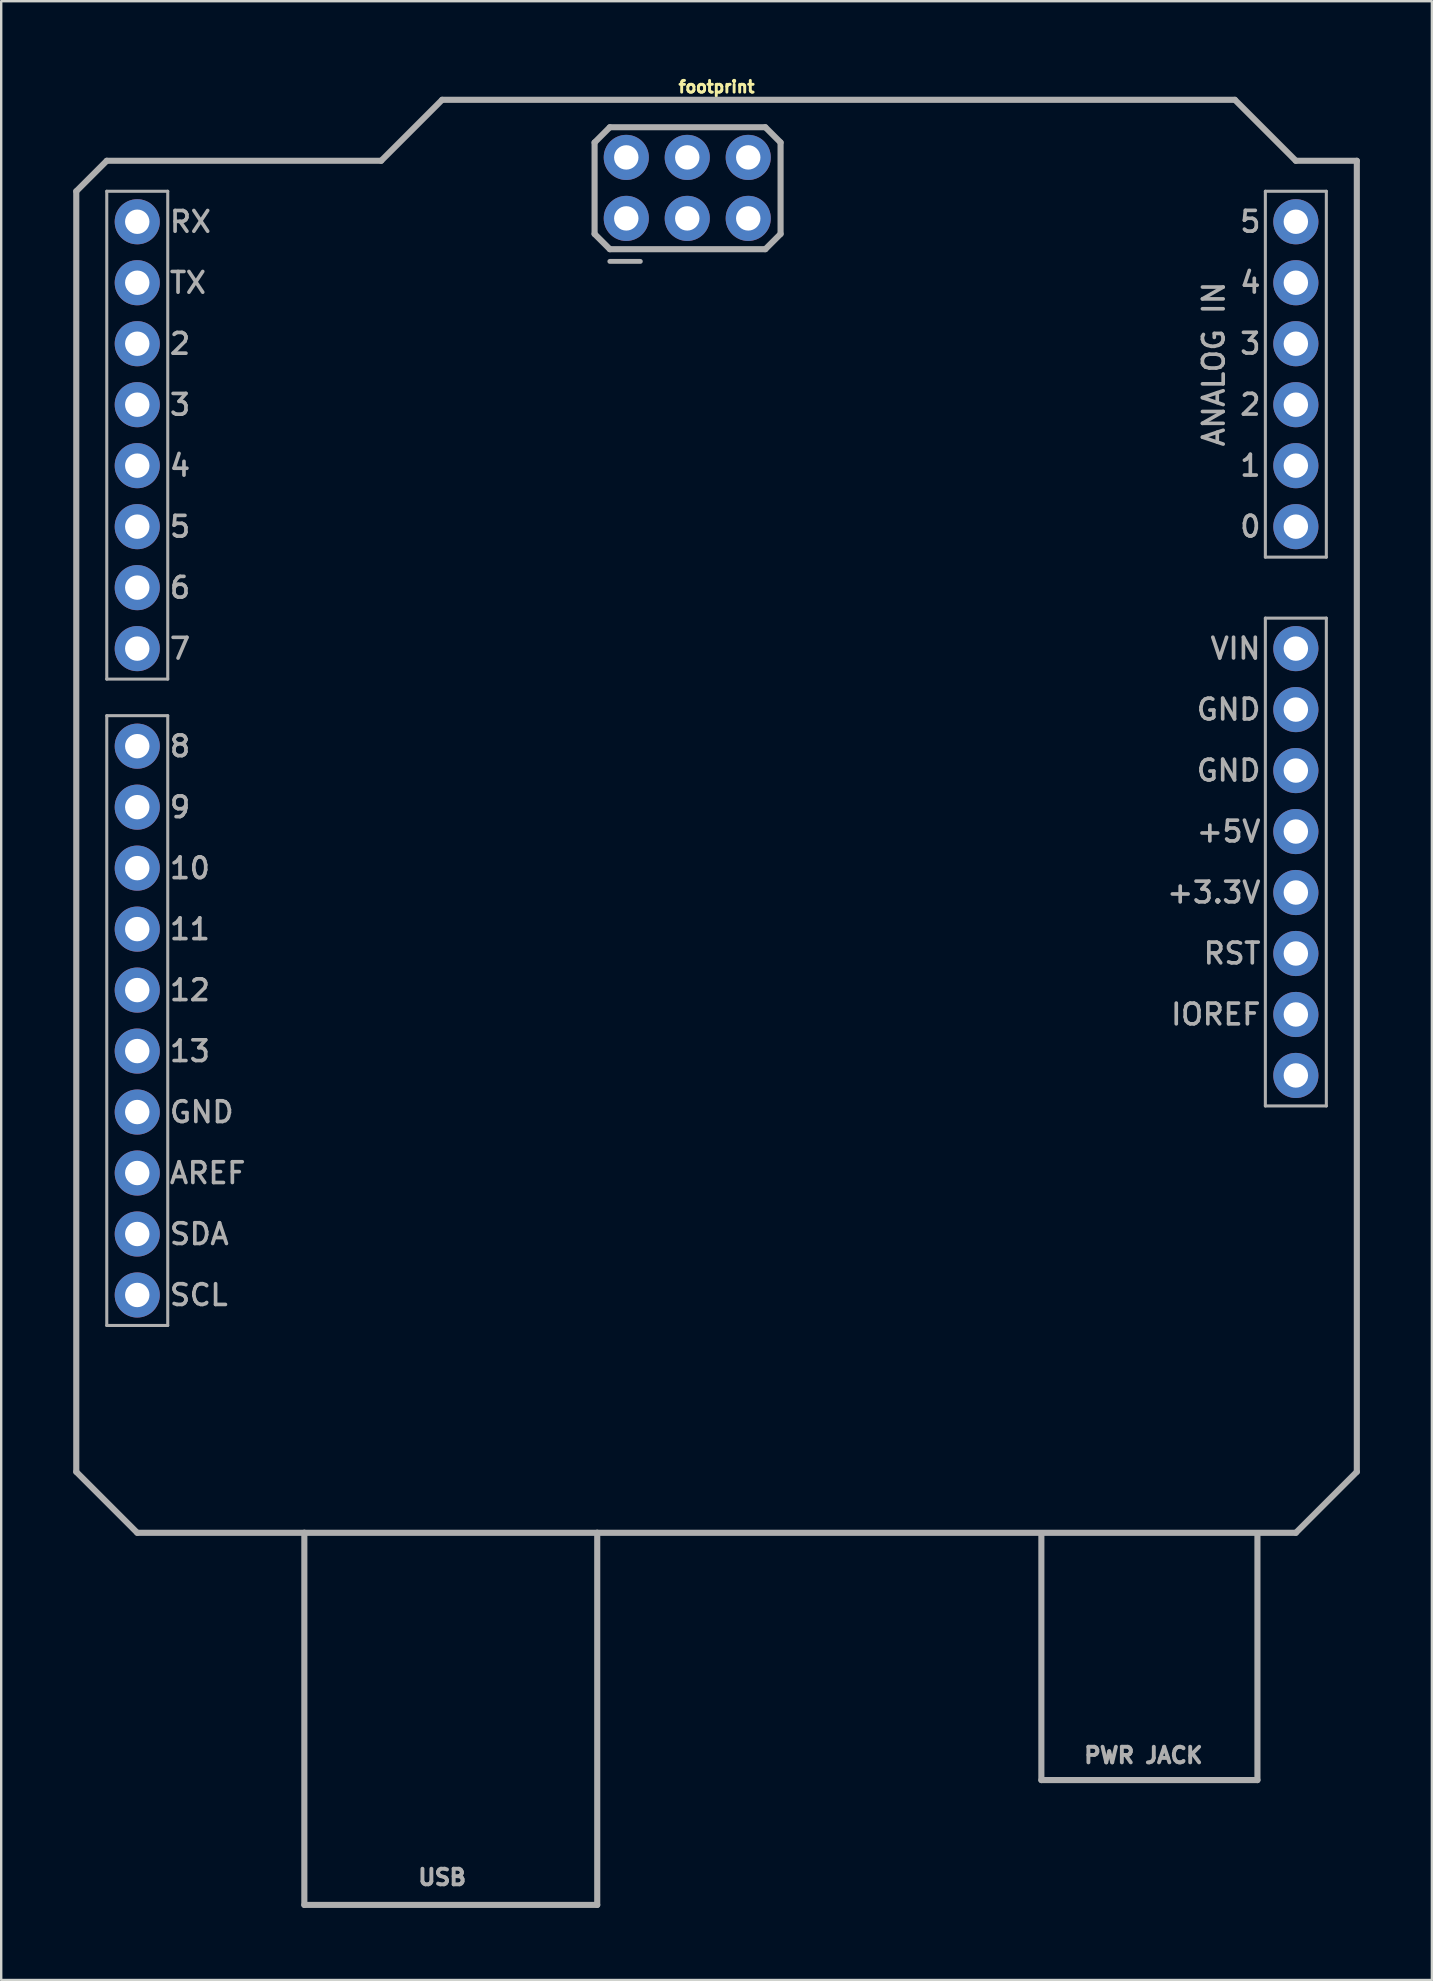
<source format=kicad_pcb>
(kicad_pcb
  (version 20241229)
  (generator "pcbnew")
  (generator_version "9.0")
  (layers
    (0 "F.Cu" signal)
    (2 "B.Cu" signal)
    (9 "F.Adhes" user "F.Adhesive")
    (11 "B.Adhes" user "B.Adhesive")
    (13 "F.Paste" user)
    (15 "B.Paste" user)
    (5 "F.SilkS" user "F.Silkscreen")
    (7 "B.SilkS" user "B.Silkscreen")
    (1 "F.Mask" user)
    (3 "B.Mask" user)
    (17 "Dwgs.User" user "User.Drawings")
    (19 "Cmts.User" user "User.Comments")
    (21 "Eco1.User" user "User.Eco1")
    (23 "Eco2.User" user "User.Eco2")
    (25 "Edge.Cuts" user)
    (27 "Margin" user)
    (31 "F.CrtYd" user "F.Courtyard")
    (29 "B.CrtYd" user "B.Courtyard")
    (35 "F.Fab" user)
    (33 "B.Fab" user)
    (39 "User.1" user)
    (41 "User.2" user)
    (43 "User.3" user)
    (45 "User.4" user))
  (footprint "footprint"
    (layer "F.Cu")
    (at 26.797 30.317)
    (property "Reference" "footprint" (at 0 -29.464 0) (layer "F.SilkS") (effects (font (size 0.488 0.488) (thickness 0.122)) (justify bottom)))
    (fp_line (start -26.67 -25.4) (end -26.67 27.94) (stroke (width 0.254) (type solid)) (layer "F.Fab"))
    (fp_line (start -26.67 27.94) (end -24.13 30.48) (stroke (width 0.254) (type solid)) (layer "F.Fab"))
    (fp_line (start -25.4 -26.67) (end -26.67 -25.4) (stroke (width 0.254) (type solid)) (layer "F.Fab"))
    (fp_line (start -25.4 -25.4) (end -22.86 -25.4) (stroke (width 0.127) (type solid)) (layer "F.Fab"))
    (fp_line (start -25.4 -5.08) (end -25.4 -25.4) (stroke (width 0.127) (type solid)) (layer "F.Fab"))
    (fp_line (start -25.4 -3.556) (end -22.86 -3.556) (stroke (width 0.127) (type solid)) (layer "F.Fab"))
    (fp_line (start -25.4 21.844) (end -25.4 -3.556) (stroke (width 0.127) (type solid)) (layer "F.Fab"))
    (fp_line (start -24.13 30.48) (end -17.17 30.48) (stroke (width 0.254) (type solid)) (layer "F.Fab"))
    (fp_line (start -22.86 -25.4) (end -22.86 -5.08) (stroke (width 0.127) (type solid)) (layer "F.Fab"))
    (fp_line (start -22.86 -5.08) (end -25.4 -5.08) (stroke (width 0.127) (type solid)) (layer "F.Fab"))
    (fp_line (start -22.86 -3.556) (end -22.86 21.844) (stroke (width 0.127) (type solid)) (layer "F.Fab"))
    (fp_line (start -22.86 21.844) (end -25.4 21.844) (stroke (width 0.127) (type solid)) (layer "F.Fab"))
    (fp_line (start -17.17 30.48) (end -4.97 30.48) (stroke (width 0.254) (type solid)) (layer "F.Fab"))
    (fp_line (start -17.17 45.98) (end -17.17 30.48) (stroke (width 0.254) (type solid)) (layer "F.Fab"))
    (fp_line (start -17.17 45.98) (end -4.97 45.98) (stroke (width 0.254) (type solid)) (layer "F.Fab"))
    (fp_line (start -13.97 -26.67) (end -25.4 -26.67) (stroke (width 0.254) (type solid)) (layer "F.Fab"))
    (fp_line (start -11.43 -29.21) (end -13.97 -26.67) (stroke (width 0.254) (type solid)) (layer "F.Fab"))
    (fp_line (start -5.08 -27.432) (end -4.445 -28.067) (stroke (width 0.254) (type solid)) (layer "F.Fab"))
    (fp_line (start -5.08 -23.622) (end -5.08 -27.432) (stroke (width 0.254) (type solid)) (layer "F.Fab"))
    (fp_line (start -4.97 30.48) (end 24.13 30.48) (stroke (width 0.254) (type solid)) (layer "F.Fab"))
    (fp_line (start -4.97 45.98) (end -4.97 30.48) (stroke (width 0.254) (type solid)) (layer "F.Fab"))
    (fp_line (start -4.445 -28.067) (end 2.032 -28.067) (stroke (width 0.254) (type solid)) (layer "F.Fab"))
    (fp_line (start -4.445 -22.987) (end -5.08 -23.622) (stroke (width 0.254) (type solid)) (layer "F.Fab"))
    (fp_line (start -3.175 -22.479) (end -4.445 -22.479) (stroke (width 0.203) (type solid)) (layer "F.Fab"))
    (fp_line (start 2.032 -28.067) (end 2.667 -27.432) (stroke (width 0.254) (type solid)) (layer "F.Fab"))
    (fp_line (start 2.032 -22.987) (end -4.445 -22.987) (stroke (width 0.254) (type solid)) (layer "F.Fab"))
    (fp_line (start 2.667 -27.432) (end 2.667 -23.622) (stroke (width 0.254) (type solid)) (layer "F.Fab"))
    (fp_line (start 2.667 -23.622) (end 2.032 -22.987) (stroke (width 0.254) (type solid)) (layer "F.Fab"))
    (fp_line (start 13.53 40.78) (end 13.53 30.58) (stroke (width 0.254) (type solid)) (layer "F.Fab"))
    (fp_line (start 13.53 40.78) (end 22.53 40.78) (stroke (width 0.254) (type solid)) (layer "F.Fab"))
    (fp_line (start 21.59 -29.21) (end -11.43 -29.21) (stroke (width 0.254) (type solid)) (layer "F.Fab"))
    (fp_line (start 22.53 40.78) (end 22.53 30.58) (stroke (width 0.254) (type solid)) (layer "F.Fab"))
    (fp_line (start 22.86 -25.4) (end 25.4 -25.4) (stroke (width 0.127) (type solid)) (layer "F.Fab"))
    (fp_line (start 22.86 -10.16) (end 22.86 -25.4) (stroke (width 0.127) (type solid)) (layer "F.Fab"))
    (fp_line (start 22.86 -7.62) (end 22.86 12.7) (stroke (width 0.127) (type solid)) (layer "F.Fab"))
    (fp_line (start 22.86 12.7) (end 25.4 12.7) (stroke (width 0.127) (type solid)) (layer "F.Fab"))
    (fp_line (start 24.13 -26.67) (end 21.59 -29.21) (stroke (width 0.254) (type solid)) (layer "F.Fab"))
    (fp_line (start 24.13 30.48) (end 26.67 27.94) (stroke (width 0.254) (type solid)) (layer "F.Fab"))
    (fp_line (start 25.4 -25.4) (end 25.4 -10.16) (stroke (width 0.127) (type solid)) (layer "F.Fab"))
    (fp_line (start 25.4 -10.16) (end 22.86 -10.16) (stroke (width 0.127) (type solid)) (layer "F.Fab"))
    (fp_line (start 25.4 -7.62) (end 22.86 -7.62) (stroke (width 0.127) (type solid)) (layer "F.Fab"))
    (fp_line (start 25.4 12.7) (end 25.4 -7.62) (stroke (width 0.127) (type solid)) (layer "F.Fab"))
    (fp_line (start 26.67 -26.67) (end 24.13 -26.67) (stroke (width 0.254) (type solid)) (layer "F.Fab"))
    (fp_line (start 26.67 27.94) (end 26.67 -26.67) (stroke (width 0.254) (type solid)) (layer "F.Fab"))
    (fp_text user "4" (at -22.86 -13.462 0) (layer "F.Fab") (effects (font (size 0.864 0.864) (thickness 0.152)) (justify left bottom)))
    (fp_text user "RX" (at -22.86 -23.622 0) (layer "F.Fab") (effects (font (size 0.864 0.864) (thickness 0.152)) (justify left bottom)))
    (fp_text user "AREF" (at -22.86 16.002 0) (layer "F.Fab") (effects (font (size 0.864 0.864) (thickness 0.152)) (justify left bottom)))
    (fp_text user "3" (at 22.746 -19.558 0) (layer "F.Fab") (effects (font (size 0.864 0.864) (thickness 0.152)) (justify right top)))
    (fp_text user "GND" (at -22.86 13.462 0) (layer "F.Fab") (effects (font (size 0.864 0.864) (thickness 0.152)) (justify left bottom)))
    (fp_text user "11" (at -22.86 5.842 0) (layer "F.Fab") (effects (font (size 0.864 0.864) (thickness 0.152)) (justify left bottom)))
    (fp_text user "10" (at -22.86 3.302 0) (layer "F.Fab") (effects (font (size 0.864 0.864) (thickness 0.152)) (justify left bottom)))
    (fp_text user "GND" (at 22.746 -1.778 0) (layer "F.Fab") (effects (font (size 0.864 0.864) (thickness 0.152)) (justify right top)))
    (fp_text user "6" (at -22.86 -8.382 0) (layer "F.Fab") (effects (font (size 0.864 0.864) (thickness 0.152)) (justify left bottom)))
    (fp_text user "RST" (at 22.746 5.842 0) (layer "F.Fab") (effects (font (size 0.864 0.864) (thickness 0.152)) (justify right top)))
    (fp_text user "1" (at 22.746 -14.478 0) (layer "F.Fab") (effects (font (size 0.864 0.864) (thickness 0.152)) (justify right top)))
    (fp_text user "ANALOG IN" (at 20.206 -21.717 90) (layer "F.Fab") (effects (font (size 0.864 0.864) (thickness 0.152)) (justify right top)))
    (fp_text user "5" (at 22.746 -24.638 0) (layer "F.Fab") (effects (font (size 0.864 0.864) (thickness 0.152)) (justify right top)))
    (fp_text user "2" (at 22.746 -17.018 0) (layer "F.Fab") (effects (font (size 0.864 0.864) (thickness 0.152)) (justify right top)))
    (fp_text user "9" (at -22.86 0.762 0) (layer "F.Fab") (effects (font (size 0.864 0.864) (thickness 0.152)) (justify left bottom)))
    (fp_text user "0" (at 22.746 -11.938 0) (layer "F.Fab") (effects (font (size 0.864 0.864) (thickness 0.152)) (justify right top)))
    (fp_text user "TX" (at -22.86 -21.082 0) (layer "F.Fab") (effects (font (size 0.864 0.864) (thickness 0.152)) (justify left bottom)))
    (fp_text user "+3.3V" (at 22.746 3.302 0) (layer "F.Fab") (effects (font (size 0.864 0.864) (thickness 0.152)) (justify right top)))
    (fp_text user "+5V" (at 22.746 0.762 0) (layer "F.Fab") (effects (font (size 0.864 0.864) (thickness 0.152)) (justify right top)))
    (fp_text user "13" (at -22.86 10.922 0) (layer "F.Fab") (effects (font (size 0.864 0.864) (thickness 0.152)) (justify left bottom)))
    (fp_text user "12" (at -22.86 8.382 0) (layer "F.Fab") (effects (font (size 0.864 0.864) (thickness 0.152)) (justify left bottom)))
    (fp_text user "VIN" (at 22.746 -6.858 0) (layer "F.Fab") (effects (font (size 0.864 0.864) (thickness 0.152)) (justify right top)))
    (fp_text user "4" (at 22.746 -22.098 0) (layer "F.Fab") (effects (font (size 0.864 0.864) (thickness 0.152)) (justify right top)))
    (fp_text user "PWR JACK" (at 17.78 39.37 0) (layer "F.Fab") (effects (font (size 0.65 0.65) (thickness 0.163)) (justify top)))
    (fp_text user "5" (at -22.86 -10.922 0) (layer "F.Fab") (effects (font (size 0.864 0.864) (thickness 0.152)) (justify left bottom)))
    (fp_text user "GND" (at 22.746 -4.318 0) (layer "F.Fab") (effects (font (size 0.864 0.864) (thickness 0.152)) (justify right top)))
    (fp_text user "SCL" (at -22.86 21.082 0) (layer "F.Fab") (effects (font (size 0.864 0.864) (thickness 0.152)) (justify left bottom)))
    (fp_text user "7" (at -22.86 -5.842 0) (layer "F.Fab") (effects (font (size 0.864 0.864) (thickness 0.152)) (justify left bottom)))
    (fp_text user "2" (at -22.86 -18.542 0) (layer "F.Fab") (effects (font (size 0.864 0.864) (thickness 0.152)) (justify left bottom)))
    (fp_text user "IOREF" (at 22.746 8.382 0) (layer "F.Fab") (effects (font (size 0.864 0.864) (thickness 0.152)) (justify right top)))
    (fp_text user "8" (at -22.86 -1.778 0) (layer "F.Fab") (effects (font (size 0.864 0.864) (thickness 0.152)) (justify left bottom)))
    (fp_text user "SDA" (at -22.86 18.542 0) (layer "F.Fab") (effects (font (size 0.864 0.864) (thickness 0.152)) (justify left bottom)))
    (fp_text user "USB" (at -11.43 44.45 0) (layer "F.Fab") (effects (font (size 0.65 0.65) (thickness 0.163)) (justify top)))
    (fp_text user "3" (at -22.86 -16.002 0) (layer "F.Fab") (effects (font (size 0.864 0.864) (thickness 0.152)) (justify left bottom)))
    (pad "3.3V" thru_hole circle (at 24.13 3.81 90) (size 1.88 1.88) (drill 1.016) (layers "*.Cu" "*.Mask"))
    (pad "5V" thru_hole circle (at 24.13 1.27 90) (size 1.88 1.88) (drill 1.016) (layers "*.Cu" "*.Mask"))
    (pad "5V_ICSP" thru_hole circle (at -3.76 -26.81 90) (size 1.88 1.88) (drill 1.016) (layers "*.Cu" "*.Mask"))
    (pad "A0" thru_hole circle (at 24.13 -11.43 90) (size 1.88 1.88) (drill 1.016) (layers "*.Cu" "*.Mask"))
    (pad "A1" thru_hole circle (at 24.13 -13.97 90) (size 1.88 1.88) (drill 1.016) (layers "*.Cu" "*.Mask"))
    (pad "A2" thru_hole circle (at 24.13 -16.51 90) (size 1.88 1.88) (drill 1.016) (layers "*.Cu" "*.Mask"))
    (pad "A3" thru_hole circle (at 24.13 -19.05 90) (size 1.88 1.88) (drill 1.016) (layers "*.Cu" "*.Mask"))
    (pad "A4" thru_hole circle (at 24.13 -21.59 90) (size 1.88 1.88) (drill 1.016) (layers "*.Cu" "*.Mask"))
    (pad "A5" thru_hole circle (at 24.13 -24.13 90) (size 1.88 1.88) (drill 1.016) (layers "*.Cu" "*.Mask"))
    (pad "AREF" thru_hole circle (at -24.13 15.494 90) (size 1.88 1.88) (drill 1.016) (layers "*.Cu" "*.Mask"))
    (pad "D2" thru_hole circle (at -24.13 -19.05 90) (size 1.88 1.88) (drill 1.016) (layers "*.Cu" "*.Mask"))
    (pad "D3" thru_hole circle (at -24.13 -16.51 90) (size 1.88 1.88) (drill 1.016) (layers "*.Cu" "*.Mask"))
    (pad "D4" thru_hole circle (at -24.13 -13.97 90) (size 1.88 1.88) (drill 1.016) (layers "*.Cu" "*.Mask"))
    (pad "D5" thru_hole circle (at -24.13 -11.43 90) (size 1.88 1.88) (drill 1.016) (layers "*.Cu" "*.Mask"))
    (pad "D6" thru_hole circle (at -24.13 -8.89 90) (size 1.88 1.88) (drill 1.016) (layers "*.Cu" "*.Mask"))
    (pad "D7" thru_hole circle (at -24.13 -6.35 90) (size 1.88 1.88) (drill 1.016) (layers "*.Cu" "*.Mask"))
    (pad "D8" thru_hole circle (at -24.13 -2.286 90) (size 1.88 1.88) (drill 1.016) (layers "*.Cu" "*.Mask"))
    (pad "D9" thru_hole circle (at -24.13 0.254 90) (size 1.88 1.88) (drill 1.016) (layers "*.Cu" "*.Mask"))
    (pad "D10" thru_hole circle (at -24.13 2.794 90) (size 1.88 1.88) (drill 1.016) (layers "*.Cu" "*.Mask"))
    (pad "D11" thru_hole circle (at -24.13 5.334 90) (size 1.88 1.88) (drill 1.016) (layers "*.Cu" "*.Mask"))
    (pad "D12" thru_hole circle (at -24.13 7.874 90) (size 1.88 1.88) (drill 1.016) (layers "*.Cu" "*.Mask"))
    (pad "D13" thru_hole circle (at -24.13 10.414 90) (size 1.88 1.88) (drill 1.016) (layers "*.Cu" "*.Mask"))
    (pad "GND@0" thru_hole circle (at 24.13 -1.27 90) (size 1.88 1.88) (drill 1.016) (layers "*.Cu" "*.Mask"))
    (pad "GND@1" thru_hole circle (at 24.13 -3.81 90) (size 1.88 1.88) (drill 1.016) (layers "*.Cu" "*.Mask"))
    (pad "GND@2" thru_hole circle (at -24.13 12.954 90) (size 1.88 1.88) (drill 1.016) (layers "*.Cu" "*.Mask"))
    (pad "GND_ICSP" thru_hole circle (at 1.32 -26.81 90) (size 1.88 1.88) (drill 1.016) (layers "*.Cu" "*.Mask"))
    (pad "IOREF" thru_hole circle (at 24.13 8.89 90) (size 1.88 1.88) (drill 1.016) (layers "*.Cu" "*.Mask"))
    (pad "MISO" thru_hole circle (at -3.76 -24.27 90) (size 1.88 1.88) (drill 1.016) (layers "*.Cu" "*.Mask"))
    (pad "MOSI" thru_hole circle (at -1.22 -26.81 90) (size 1.88 1.88) (drill 1.016) (layers "*.Cu" "*.Mask"))
    (pad "NC" thru_hole circle (at 24.13 11.43 90) (size 1.88 1.88) (drill 1.016) (layers "*.Cu" "*.Mask"))
    (pad "RES" thru_hole circle (at 24.13 6.35 90) (size 1.88 1.88) (drill 1.016) (layers "*.Cu" "*.Mask"))
    (pad "RST_ICSP" thru_hole circle (at 1.32 -24.27 90) (size 1.88 1.88) (drill 1.016) (layers "*.Cu" "*.Mask"))
    (pad "RX" thru_hole circle (at -24.13 -24.13 90) (size 1.88 1.88) (drill 1.016) (layers "*.Cu" "*.Mask"))
    (pad "SCK" thru_hole circle (at -1.22 -24.27 90) (size 1.88 1.88) (drill 1.016) (layers "*.Cu" "*.Mask"))
    (pad "SCL" thru_hole circle (at -24.13 20.574 90) (size 1.88 1.88) (drill 1.016) (layers "*.Cu" "*.Mask"))
    (pad "SDA" thru_hole circle (at -24.13 18.034 90) (size 1.88 1.88) (drill 1.016) (layers "*.Cu" "*.Mask"))
    (pad "TX" thru_hole circle (at -24.13 -21.59 90) (size 1.88 1.88) (drill 1.016) (layers "*.Cu" "*.Mask"))
    (pad "VIN" thru_hole circle (at 24.13 -6.35 90) (size 1.88 1.88) (drill 1.016) (layers "*.Cu" "*.Mask")))
  (gr_rect
    (start -3 -3)
    (end 56.594 79.424)
    (stroke (width 0.1) (type default))
    (fill no)
    (layer "Edge.Cuts")))
</source>
